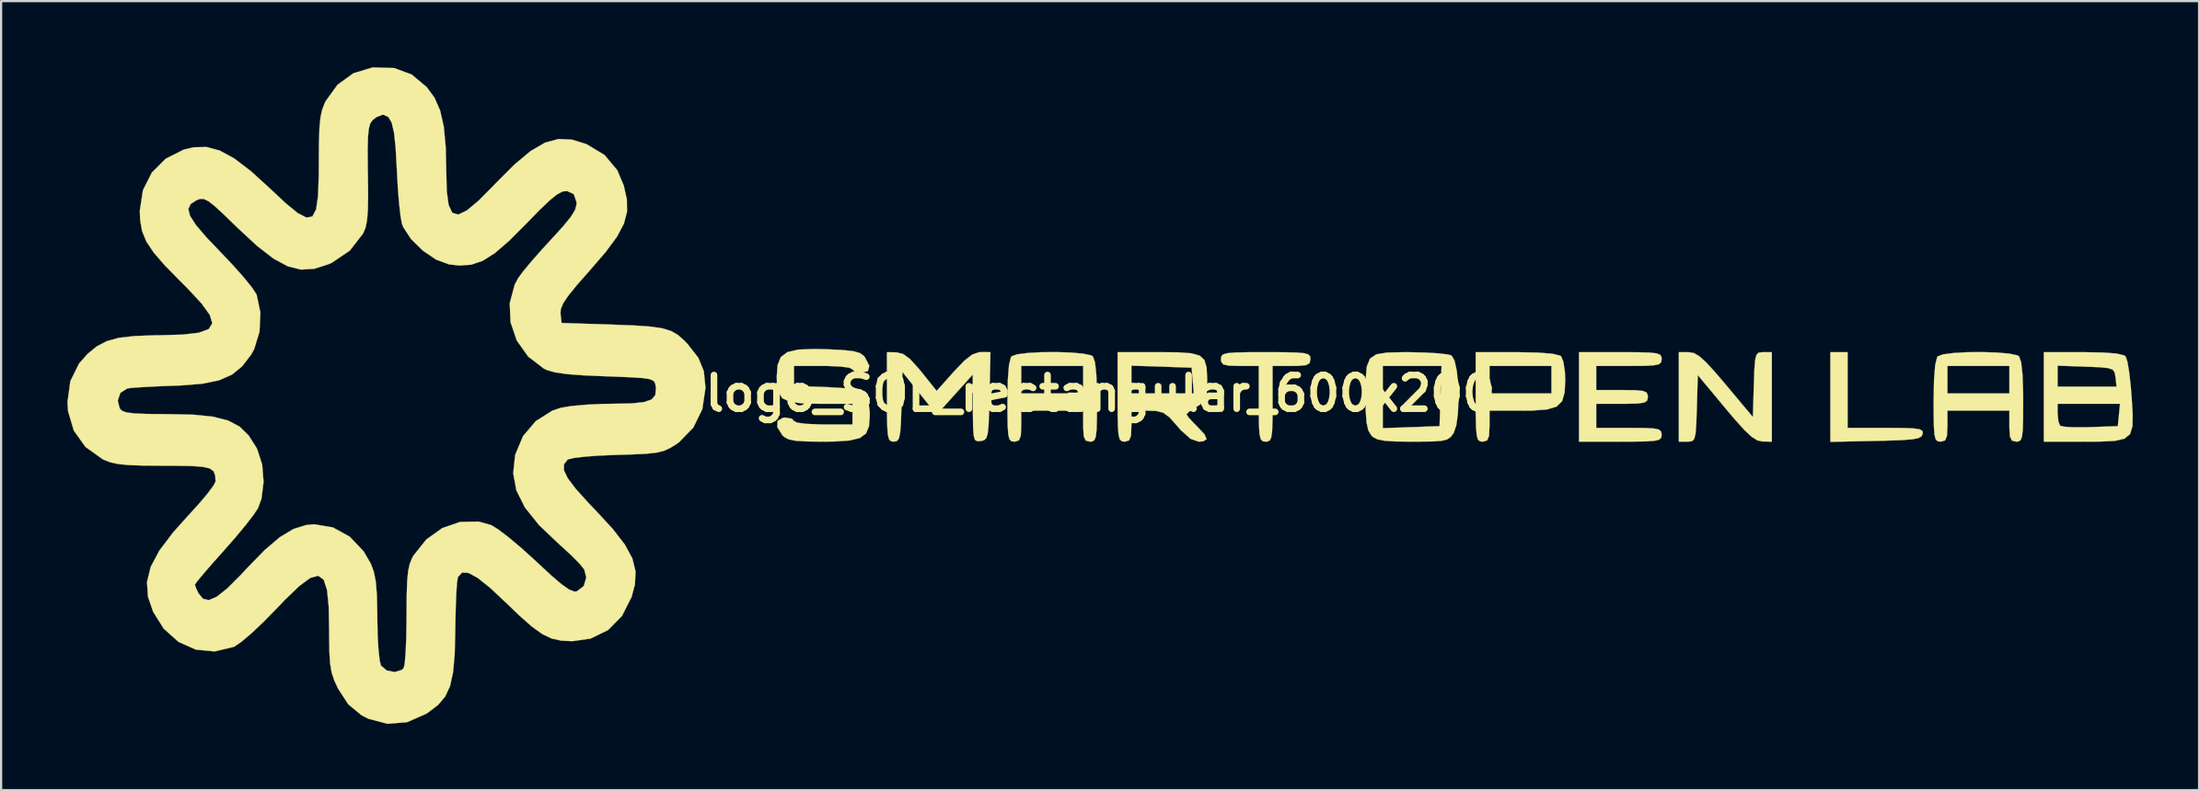
<source format=kicad_pcb>
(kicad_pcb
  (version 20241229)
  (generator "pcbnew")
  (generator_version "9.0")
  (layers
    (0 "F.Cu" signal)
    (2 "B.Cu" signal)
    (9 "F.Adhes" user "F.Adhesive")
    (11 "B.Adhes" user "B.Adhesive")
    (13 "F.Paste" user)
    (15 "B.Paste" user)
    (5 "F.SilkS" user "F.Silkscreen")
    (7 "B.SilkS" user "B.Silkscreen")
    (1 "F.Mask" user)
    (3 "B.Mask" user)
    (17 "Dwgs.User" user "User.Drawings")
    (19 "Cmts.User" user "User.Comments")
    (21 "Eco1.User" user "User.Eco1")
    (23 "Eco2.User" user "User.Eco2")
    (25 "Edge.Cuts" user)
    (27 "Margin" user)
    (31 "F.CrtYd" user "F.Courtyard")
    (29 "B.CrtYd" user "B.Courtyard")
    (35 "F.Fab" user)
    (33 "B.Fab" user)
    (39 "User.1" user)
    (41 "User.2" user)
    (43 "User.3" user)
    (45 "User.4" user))
  (footprint "logo_SOL_rectangular_600x200"
    (layer "F.Cu")
    (at 46.753 14.772)
    (property "Reference" "logo_SOL_rectangular_600x200" (at 0 0 0) (layer "F.SilkS") (effects (font (size 1.524 1.524) (thickness 0.3))))
    (attr through_hole)
    (fp_poly (pts (xy 33.815 1.558) (xy 35.54 1.558) (xy 36.295 1.563) (xy 36.788 1.581) (xy 37.073 1.622) (xy 37.199 1.694) (xy 37.218 1.805) (xy 37.213 1.831) (xy 37.16 1.943) (xy 37.017 2.023) (xy 36.735 2.076) (xy 36.265 2.112) (xy 35.558 2.137) (xy 35.098 2.147) (xy 33.036 2.191) (xy 33.036 -1.87) (xy 33.815 -1.87) (xy 33.815 1.558)) (stroke (width 0.01) (type solid)) (fill yes) (layer "F.SilkS"))
    (fp_poly (pts (xy 26.85 -1.833) (xy 27.093 -1.697) (xy 27.4 -1.424) (xy 27.812 -0.975) (xy 28.301 -0.401) (xy 29.529 1.067) (xy 29.574 -0.401) (xy 29.598 -1.084) (xy 29.631 -1.513) (xy 29.69 -1.749) (xy 29.792 -1.848) (xy 29.955 -1.87) (xy 30.003 -1.87) (xy 30.387 -1.87) (xy 30.387 2.182) (xy 29.958 2.174) (xy 29.735 2.126) (xy 29.478 1.966) (xy 29.148 1.658) (xy 28.702 1.163) (xy 28.283 0.666) (xy 27.036 -0.833) (xy 26.992 0.674) (xy 26.968 1.367) (xy 26.936 1.807) (xy 26.879 2.051) (xy 26.781 2.156) (xy 26.626 2.181) (xy 26.563 2.182) (xy 26.179 2.182) (xy 26.179 -1.87) (xy 26.626 -1.87) (xy 26.85 -1.833)) (stroke (width 0.01) (type solid)) (fill yes) (layer "F.SilkS"))
    (fp_poly (pts (xy 19.791 -1.852) (xy 20.452 -1.8) (xy 20.806 -1.713) (xy 20.85 -1.683) (xy 20.953 -1.432) (xy 21.021 -0.984) (xy 21.037 -0.616) (xy 21.009 -0.041) (xy 20.894 0.351) (xy 20.643 0.595) (xy 20.206 0.725) (xy 19.536 0.774) (xy 19.038 0.779) (xy 17.609 0.779) (xy 17.609 1.48) (xy 17.588 1.919) (xy 17.504 2.126) (xy 17.319 2.181) (xy 17.297 2.182) (xy 17.17 2.164) (xy 17.083 2.08) (xy 17.029 1.878) (xy 16.999 1.509) (xy 16.987 0.924) (xy 16.985 0.156) (xy 16.985 -1.247) (xy 17.609 -1.247) (xy 17.609 0) (xy 20.413 0) (xy 20.413 -1.247) (xy 17.609 -1.247) (xy 16.985 -1.247) (xy 16.985 -1.87) (xy 18.824 -1.87) (xy 19.791 -1.852)) (stroke (width 0.01) (type solid)) (fill yes) (layer "F.SilkS"))
    (fp_poly (pts (xy 8.307 -1.867) (xy 8.872 -1.854) (xy 9.225 -1.823) (xy 9.415 -1.767) (xy 9.492 -1.677) (xy 9.506 -1.558) (xy 9.468 -1.378) (xy 9.307 -1.284) (xy 8.949 -1.25) (xy 8.648 -1.247) (xy 7.791 -1.247) (xy 7.791 0.467) (xy 7.788 1.218) (xy 7.771 1.71) (xy 7.73 1.999) (xy 7.656 2.137) (xy 7.538 2.179) (xy 7.48 2.182) (xy 7.343 2.162) (xy 7.254 2.067) (xy 7.201 1.842) (xy 7.176 1.435) (xy 7.168 0.791) (xy 7.168 0.467) (xy 7.168 -1.247) (xy 6.311 -1.247) (xy 5.816 -1.26) (xy 5.558 -1.319) (xy 5.463 -1.449) (xy 5.454 -1.558) (xy 5.471 -1.686) (xy 5.556 -1.772) (xy 5.758 -1.827) (xy 6.126 -1.856) (xy 6.711 -1.868) (xy 7.48 -1.87) (xy 8.307 -1.867)) (stroke (width 0.01) (type solid)) (fill yes) (layer "F.SilkS"))
    (fp_poly (pts (xy 24.319 -1.867) (xy 24.849 -1.852) (xy 25.17 -1.817) (xy 25.334 -1.752) (xy 25.393 -1.65) (xy 25.4 -1.558) (xy 25.378 -1.413) (xy 25.272 -1.322) (xy 25.025 -1.272) (xy 24.58 -1.251) (xy 23.92 -1.247) (xy 22.439 -1.247) (xy 22.439 -0.156) (xy 23.608 -0.156) (xy 24.206 -0.148) (xy 24.556 -0.115) (xy 24.724 -0.038) (xy 24.775 0.1) (xy 24.777 0.156) (xy 24.749 0.315) (xy 24.623 0.409) (xy 24.335 0.454) (xy 23.818 0.467) (xy 23.608 0.467) (xy 22.439 0.467) (xy 22.439 1.558) (xy 23.92 1.558) (xy 24.608 1.563) (xy 25.042 1.585) (xy 25.28 1.637) (xy 25.38 1.731) (xy 25.4 1.87) (xy 25.382 2.001) (xy 25.292 2.09) (xy 25.08 2.143) (xy 24.693 2.171) (xy 24.081 2.18) (xy 23.53 2.182) (xy 21.66 2.182) (xy 21.66 -1.87) (xy 23.53 -1.87) (xy 24.319 -1.867)) (stroke (width 0.01) (type solid)) (fill yes) (layer "F.SilkS"))
    (fp_poly (pts (xy 13.991 -1.868) (xy 14.701 -1.853) (xy 15.308 -1.817) (xy 15.737 -1.764) (xy 15.894 -1.718) (xy 16.031 -1.479) (xy 16.129 -1.015) (xy 16.188 -0.407) (xy 16.205 0.261) (xy 16.179 0.906) (xy 16.106 1.445) (xy 15.986 1.793) (xy 15.984 1.796) (xy 15.854 1.97) (xy 15.692 2.081) (xy 15.435 2.145) (xy 15.016 2.174) (xy 14.37 2.181) (xy 14.123 2.182) (xy 13.37 2.174) (xy 12.865 2.143) (xy 12.543 2.08) (xy 12.34 1.975) (xy 12.257 1.897) (xy 12.126 1.676) (xy 12.046 1.324) (xy 12.007 0.775) (xy 11.999 0.172) (xy 12.005 -0.657) (xy 12.056 -1.225) (xy 12.065 -1.247) (xy 12.778 -1.247) (xy 12.778 1.571) (xy 15.349 1.48) (xy 15.394 0.117) (xy 15.439 -1.247) (xy 12.778 -1.247) (xy 12.065 -1.247) (xy 12.201 -1.58) (xy 12.488 -1.773) (xy 12.965 -1.852) (xy 13.681 -1.868) (xy 13.991 -1.868)) (stroke (width 0.01) (type solid)) (fill yes) (layer "F.SilkS"))
    (fp_poly (pts (xy 45.369 -1.855) (xy 45.979 -1.809) (xy 46.322 -1.729) (xy 46.402 -1.675) (xy 46.477 -1.446) (xy 46.557 -0.98) (xy 46.629 -0.351) (xy 46.672 0.18) (xy 46.718 0.942) (xy 46.709 1.481) (xy 46.601 1.836) (xy 46.351 2.045) (xy 45.915 2.146) (xy 45.25 2.179) (xy 44.421 2.182) (xy 42.697 2.182) (xy 42.697 0.467) (xy 43.32 0.467) (xy 43.32 0.909) (xy 43.356 1.268) (xy 43.43 1.46) (xy 43.627 1.506) (xy 44.053 1.531) (xy 44.627 1.53) (xy 44.793 1.525) (xy 46.047 1.48) (xy 46.145 0.467) (xy 43.32 0.467) (xy 42.697 0.467) (xy 42.697 -0.312) (xy 43.32 -0.312) (xy 45.99 -0.312) (xy 45.941 -0.74) (xy 45.905 -0.951) (xy 45.813 -1.08) (xy 45.6 -1.152) (xy 45.201 -1.19) (xy 44.606 -1.214) (xy 43.32 -1.259) (xy 43.32 -0.312) (xy 42.697 -0.312) (xy 42.697 -1.87) (xy 44.47 -1.87) (xy 45.369 -1.855)) (stroke (width 0.01) (type solid)) (fill yes) (layer "F.SilkS"))
    (fp_poly (pts (xy -4.977 -1.87) (xy -5.021 0.117) (xy -5.041 0.934) (xy -5.066 1.492) (xy -5.106 1.841) (xy -5.172 2.033) (xy -5.271 2.12) (xy -5.415 2.153) (xy -5.575 2.163) (xy -5.678 2.1) (xy -5.735 1.908) (xy -5.762 1.533) (xy -5.771 0.919) (xy -5.772 0.673) (xy -5.778 -0.857) (xy -6.595 0.051) (xy -7.411 0.96) (xy -8.186 -0.007) (xy -8.96 -0.973) (xy -9.005 0.604) (xy -9.029 1.32) (xy -9.064 1.78) (xy -9.12 2.039) (xy -9.211 2.155) (xy -9.348 2.182) (xy -9.355 2.182) (xy -9.48 2.163) (xy -9.566 2.075) (xy -9.619 1.868) (xy -9.648 1.491) (xy -9.659 0.897) (xy -9.661 0.156) (xy -9.661 -1.87) (xy -9.233 -1.863) (xy -8.936 -1.792) (xy -8.616 -1.559) (xy -8.213 -1.115) (xy -8.108 -0.986) (xy -7.412 -0.116) (xy -6.628 -0.995) (xy -6.157 -1.487) (xy -5.8 -1.763) (xy -5.496 -1.868) (xy -5.41 -1.872) (xy -4.977 -1.87)) (stroke (width 0.01) (type solid)) (fill yes) (layer "F.SilkS"))
    (fp_poly (pts (xy -1.352 -1.854) (xy -0.798 -1.806) (xy -0.43 -1.731) (xy -0.343 -1.683) (xy -0.246 -1.415) (xy -0.184 -0.839) (xy -0.157 0.043) (xy -0.156 0.343) (xy -0.159 1.124) (xy -0.174 1.647) (xy -0.211 1.961) (xy -0.277 2.12) (xy -0.382 2.176) (xy -0.467 2.182) (xy -0.662 2.136) (xy -0.754 1.945) (xy -0.779 1.531) (xy -0.779 1.48) (xy -0.779 0.779) (xy -3.584 0.779) (xy -3.584 1.48) (xy -3.604 1.919) (xy -3.689 2.126) (xy -3.873 2.181) (xy -3.896 2.182) (xy -4.028 2.163) (xy -4.117 2.072) (xy -4.17 1.858) (xy -4.197 1.467) (xy -4.206 0.849) (xy -4.207 0.343) (xy -4.19 -0.624) (xy -4.141 -1.247) (xy -3.584 -1.247) (xy -3.584 0) (xy -0.779 0) (xy -0.779 -1.247) (xy -3.584 -1.247) (xy -4.141 -1.247) (xy -4.138 -1.285) (xy -4.051 -1.639) (xy -4.02 -1.683) (xy -3.776 -1.772) (xy -3.305 -1.833) (xy -2.688 -1.868) (xy -2.01 -1.874) (xy -1.352 -1.854)) (stroke (width 0.01) (type solid)) (fill yes) (layer "F.SilkS"))
    (fp_poly (pts (xy 40.566 -1.854) (xy 41.12 -1.806) (xy 41.487 -1.731) (xy 41.575 -1.683) (xy 41.671 -1.415) (xy 41.733 -0.839) (xy 41.761 0.043) (xy 41.762 0.343) (xy 41.759 1.124) (xy 41.743 1.647) (xy 41.707 1.961) (xy 41.641 2.12) (xy 41.536 2.176) (xy 41.45 2.182) (xy 41.256 2.136) (xy 41.163 1.945) (xy 41.139 1.531) (xy 41.139 1.48) (xy 41.139 0.779) (xy 38.334 0.779) (xy 38.334 1.48) (xy 38.313 1.919) (xy 38.229 2.126) (xy 38.044 2.181) (xy 38.022 2.182) (xy 37.89 2.163) (xy 37.801 2.072) (xy 37.748 1.858) (xy 37.721 1.467) (xy 37.711 0.849) (xy 37.71 0.343) (xy 37.728 -0.624) (xy 37.777 -1.247) (xy 38.334 -1.247) (xy 38.334 0) (xy 41.139 0) (xy 41.139 -1.247) (xy 38.334 -1.247) (xy 37.777 -1.247) (xy 37.78 -1.285) (xy 37.867 -1.639) (xy 37.897 -1.683) (xy 38.141 -1.772) (xy 38.613 -1.833) (xy 39.23 -1.868) (xy 39.908 -1.874) (xy 40.566 -1.854)) (stroke (width 0.01) (type solid)) (fill yes) (layer "F.SilkS"))
    (fp_poly (pts (xy 3.507 -1.863) (xy 4.107 -1.821) (xy 4.491 -1.715) (xy 4.708 -1.512) (xy 4.805 -1.182) (xy 4.83 -0.696) (xy 4.831 -0.47) (xy 4.812 0.017) (xy 4.722 0.304) (xy 4.515 0.501) (xy 4.364 0.592) (xy 4.051 0.792) (xy 3.899 0.934) (xy 3.897 0.945) (xy 3.998 1.097) (xy 4.254 1.373) (xy 4.363 1.48) (xy 4.71 1.85) (xy 4.806 2.069) (xy 4.654 2.168) (xy 4.449 2.182) (xy 4.081 2.055) (xy 3.639 1.662) (xy 3.481 1.48) (xy 3.126 1.081) (xy 2.843 0.872) (xy 2.519 0.791) (xy 2.149 0.779) (xy 1.402 0.779) (xy 1.402 1.48) (xy 1.382 1.919) (xy 1.297 2.126) (xy 1.113 2.181) (xy 1.091 2.182) (xy 0.964 2.164) (xy 0.877 2.08) (xy 0.822 1.878) (xy 0.793 1.509) (xy 0.781 0.924) (xy 0.779 0.156) (xy 0.779 0) (xy 1.402 0) (xy 4.226 0) (xy 4.178 -0.584) (xy 4.129 -1.169) (xy 1.402 -1.259) (xy 1.402 0) (xy 0.779 0) (xy 0.779 -1.87) (xy 2.644 -1.87) (xy 3.507 -1.863)) (stroke (width 0.01) (type solid)) (fill yes) (layer "F.SilkS"))
    (fp_poly (pts (xy -12.38 -2.002) (xy -11.659 -1.967) (xy -11.184 -1.915) (xy -10.891 -1.833) (xy -10.713 -1.708) (xy -10.662 -1.645) (xy -10.46 -1.256) (xy -10.523 -1.015) (xy -10.83 -0.935) (xy -11.123 -0.988) (xy -11.22 -1.091) (xy -11.366 -1.167) (xy -11.769 -1.22) (xy -12.373 -1.246) (xy -12.544 -1.247) (xy -13.869 -1.247) (xy -13.869 -0.342) (xy -12.376 -0.288) (xy -11.565 -0.239) (xy -11.016 -0.139) (xy -10.679 0.046) (xy -10.505 0.349) (xy -10.444 0.802) (xy -10.44 1.019) (xy -10.475 1.488) (xy -10.61 1.813) (xy -10.892 2.019) (xy -11.367 2.132) (xy -12.081 2.177) (xy -12.571 2.182) (xy -13.313 2.173) (xy -13.808 2.141) (xy -14.123 2.074) (xy -14.321 1.963) (xy -14.39 1.897) (xy -14.623 1.524) (xy -14.609 1.239) (xy -14.356 1.097) (xy -14.258 1.091) (xy -13.965 1.144) (xy -13.869 1.247) (xy -13.722 1.323) (xy -13.319 1.376) (xy -12.715 1.401) (xy -12.544 1.402) (xy -11.22 1.402) (xy -11.22 0.467) (xy -12.689 0.467) (xy -13.503 0.45) (xy -14.056 0.376) (xy -14.397 0.215) (xy -14.576 -0.066) (xy -14.642 -0.498) (xy -14.648 -0.787) (xy -14.609 -1.295) (xy -14.465 -1.649) (xy -14.171 -1.871) (xy -13.683 -1.986) (xy -12.958 -2.015) (xy -12.38 -2.002)) (stroke (width 0.01) (type solid)) (fill yes) (layer "F.SilkS"))
    (fp_poly (pts (xy -31.959 -14.739) (xy -31.172 -14.447) (xy -30.492 -13.878) (xy -30.136 -13.394) (xy -29.883 -12.814) (xy -29.718 -12.084) (xy -29.631 -11.151) (xy -29.607 -10.074) (xy -29.584 -9.165) (xy -29.499 -8.537) (xy -29.334 -8.184) (xy -29.066 -8.103) (xy -28.676 -8.288) (xy -28.143 -8.734) (xy -27.447 -9.436) (xy -27.369 -9.519) (xy -26.516 -10.374) (xy -25.786 -10.982) (xy -25.137 -11.36) (xy -24.527 -11.526) (xy -23.915 -11.497) (xy -23.26 -11.293) (xy -23.252 -11.289) (xy -22.441 -10.801) (xy -21.865 -10.11) (xy -21.57 -9.409) (xy -21.433 -8.79) (xy -21.425 -8.234) (xy -21.567 -7.688) (xy -21.881 -7.098) (xy -22.389 -6.411) (xy -23.094 -5.591) (xy -23.68 -4.926) (xy -24.077 -4.438) (xy -24.315 -4.084) (xy -24.424 -3.82) (xy -24.436 -3.618) (xy -24.387 -3.194) (xy -22.05 -3.117) (xy -21.07 -3.078) (xy -20.345 -3.027) (xy -19.817 -2.949) (xy -19.427 -2.828) (xy -19.12 -2.65) (xy -18.838 -2.4) (xy -18.679 -2.234) (xy -18.201 -1.621) (xy -17.951 -1.012) (xy -17.876 -0.275) (xy -17.876 -0.24) (xy -18.018 0.711) (xy -18.426 1.547) (xy -19.071 2.21) (xy -19.197 2.298) (xy -19.483 2.475) (xy -19.756 2.598) (xy -20.083 2.678) (xy -20.533 2.728) (xy -21.173 2.76) (xy -21.882 2.781) (xy -22.66 2.813) (xy -23.332 2.862) (xy -23.833 2.922) (xy -24.099 2.985) (xy -24.114 2.995) (xy -24.277 3.205) (xy -24.282 3.474) (xy -24.112 3.832) (xy -23.75 4.314) (xy -23.177 4.95) (xy -22.842 5.3) (xy -22.065 6.143) (xy -21.519 6.851) (xy -21.184 7.471) (xy -21.04 8.052) (xy -21.067 8.642) (xy -21.216 9.21) (xy -21.653 10.077) (xy -22.282 10.715) (xy -23.074 11.103) (xy -23.903 11.22) (xy -24.404 11.195) (xy -24.838 11.099) (xy -25.261 10.897) (xy -25.733 10.558) (xy -26.31 10.047) (xy -26.879 9.499) (xy -27.616 8.808) (xy -28.183 8.354) (xy -28.601 8.126) (xy -28.89 8.112) (xy -29.07 8.304) (xy -29.086 8.343) (xy -29.121 8.581) (xy -29.153 9.066) (xy -29.179 9.732) (xy -29.196 10.515) (xy -29.198 10.719) (xy -29.225 11.802) (xy -29.298 12.627) (xy -29.434 13.25) (xy -29.653 13.724) (xy -29.973 14.104) (xy -30.413 14.442) (xy -30.523 14.513) (xy -31.379 14.888) (xy -32.263 14.962) (xy -33.134 14.733) (xy -33.451 14.568) (xy -34.042 14.077) (xy -34.502 13.37) (xy -34.678 12.99) (xy -34.794 12.637) (xy -34.862 12.23) (xy -34.895 11.69) (xy -34.905 10.938) (xy -34.906 10.711) (xy -34.926 9.653) (xy -35.002 8.896) (xy -35.154 8.433) (xy -35.401 8.256) (xy -35.764 8.356) (xy -36.263 8.726) (xy -36.918 9.357) (xy -37.304 9.762) (xy -37.875 10.346) (xy -38.42 10.86) (xy -38.88 11.25) (xy -39.196 11.465) (xy -39.22 11.476) (xy -40.088 11.684) (xy -40.938 11.603) (xy -41.722 11.253) (xy -42.391 10.655) (xy -42.869 9.895) (xy -43.107 9.205) (xy -43.15 8.538) (xy -42.983 7.855) (xy -42.591 7.117) (xy -41.96 6.283) (xy -41.313 5.561) (xy -40.817 5.016) (xy -40.412 4.537) (xy -40.142 4.176) (xy -40.048 3.992) (xy -40.062 3.716) (xy -40.135 3.522) (xy -40.313 3.395) (xy -40.643 3.32) (xy -41.169 3.284) (xy -41.94 3.273) (xy -42.408 3.272) (xy -43.323 3.266) (xy -43.988 3.242) (xy -44.467 3.194) (xy -44.821 3.116) (xy -45.112 3) (xy -45.157 2.977) (xy -45.934 2.421) (xy -46.461 1.686) (xy -46.723 0.802) (xy -46.748 0.392) (xy -46.74 0.328) (xy -44.474 0.328) (xy -44.383 0.679) (xy -44.28 0.786) (xy -44.079 0.859) (xy -43.728 0.904) (xy -43.177 0.927) (xy -42.373 0.935) (xy -42.217 0.935) (xy -41.061 0.961) (xy -40.166 1.051) (xy -39.481 1.226) (xy -38.958 1.502) (xy -38.55 1.901) (xy -38.206 2.441) (xy -38.161 2.526) (xy -37.939 3.214) (xy -37.875 4.008) (xy -37.97 4.768) (xy -38.124 5.189) (xy -38.328 5.499) (xy -38.694 5.972) (xy -39.167 6.542) (xy -39.682 7.129) (xy -40.177 7.684) (xy -40.586 8.155) (xy -40.867 8.494) (xy -40.982 8.655) (xy -40.983 8.658) (xy -40.917 8.852) (xy -40.822 9.048) (xy -40.615 9.301) (xy -40.347 9.358) (xy -39.992 9.206) (xy -39.521 8.832) (xy -38.909 8.222) (xy -38.633 7.924) (xy -37.828 7.096) (xy -37.139 6.51) (xy -36.523 6.139) (xy -35.939 5.956) (xy -35.578 5.925) (xy -34.733 6.068) (xy -33.973 6.488) (xy -33.343 7.153) (xy -33.019 7.713) (xy -32.885 8.075) (xy -32.797 8.514) (xy -32.748 9.102) (xy -32.729 9.91) (xy -32.727 10.178) (xy -32.713 10.931) (xy -32.676 11.59) (xy -32.622 12.081) (xy -32.563 12.321) (xy -32.302 12.547) (xy -31.936 12.618) (xy -31.612 12.518) (xy -31.528 12.427) (xy -31.483 12.207) (xy -31.445 11.738) (xy -31.417 11.083) (xy -31.403 10.303) (xy -31.402 10.051) (xy -31.396 9.153) (xy -31.375 8.505) (xy -31.331 8.047) (xy -31.259 7.718) (xy -31.151 7.455) (xy -31.088 7.34) (xy -30.507 6.611) (xy -29.784 6.095) (xy -28.976 5.818) (xy -28.145 5.802) (xy -27.577 5.96) (xy -27.261 6.153) (xy -26.784 6.515) (xy -26.21 6.998) (xy -25.598 7.551) (xy -25.521 7.625) (xy -24.862 8.236) (xy -24.381 8.647) (xy -24.041 8.884) (xy -23.808 8.973) (xy -23.698 8.964) (xy -23.381 8.722) (xy -23.268 8.331) (xy -23.36 7.973) (xy -23.55 7.734) (xy -23.91 7.366) (xy -24.37 6.94) (xy -24.487 6.837) (xy -25.406 5.963) (xy -26.05 5.158) (xy -26.433 4.388) (xy -26.575 3.618) (xy -26.492 2.812) (xy -26.481 2.766) (xy -26.133 1.934) (xy -25.554 1.251) (xy -24.804 0.778) (xy -24.421 0.648) (xy -23.951 0.57) (xy -23.279 0.509) (xy -22.512 0.473) (xy -22.078 0.467) (xy -21.236 0.452) (xy -20.661 0.392) (xy -20.312 0.272) (xy -20.144 0.072) (xy -20.116 -0.224) (xy -20.129 -0.342) (xy -20.16 -0.482) (xy -20.239 -0.582) (xy -20.413 -0.652) (xy -20.733 -0.699) (xy -21.245 -0.733) (xy -21.997 -0.764) (xy -22.439 -0.78) (xy -23.429 -0.823) (xy -24.157 -0.879) (xy -24.676 -0.955) (xy -25.036 -1.055) (xy -25.187 -1.125) (xy -25.904 -1.677) (xy -26.414 -2.399) (xy -26.696 -3.225) (xy -26.734 -4.09) (xy -26.508 -4.929) (xy -26.346 -5.233) (xy -26.124 -5.533) (xy -25.744 -5.99) (xy -25.264 -6.534) (xy -24.864 -6.97) (xy -24.323 -7.564) (xy -23.973 -7.992) (xy -23.78 -8.305) (xy -23.711 -8.554) (xy -23.714 -8.684) (xy -23.836 -9.031) (xy -24.139 -9.169) (xy -24.142 -9.169) (xy -24.339 -9.15) (xy -24.586 -9.021) (xy -24.923 -8.749) (xy -25.388 -8.305) (xy -26.012 -7.665) (xy -26.778 -6.899) (xy -27.409 -6.356) (xy -27.959 -6.009) (xy -28.479 -5.832) (xy -29.021 -5.796) (xy -29.492 -5.85) (xy -30.071 -6.066) (xy -30.674 -6.477) (xy -31.202 -6.997) (xy -31.556 -7.541) (xy -31.611 -7.687) (xy -31.675 -8.031) (xy -31.74 -8.608) (xy -31.798 -9.338) (xy -31.843 -10.142) (xy -31.844 -10.18) (xy -31.897 -11.133) (xy -31.97 -11.814) (xy -32.075 -12.262) (xy -32.221 -12.517) (xy -32.42 -12.616) (xy -32.498 -12.622) (xy -32.765 -12.52) (xy -32.947 -12.376) (xy -33.047 -12.229) (xy -33.113 -11.986) (xy -33.151 -11.596) (xy -33.164 -11.01) (xy -33.158 -10.176) (xy -33.153 -9.922) (xy -33.143 -8.996) (xy -33.154 -8.325) (xy -33.191 -7.85) (xy -33.258 -7.516) (xy -33.361 -7.265) (xy -33.371 -7.246) (xy -33.97 -6.472) (xy -34.786 -5.92) (xy -34.942 -5.851) (xy -35.581 -5.647) (xy -36.179 -5.611) (xy -36.78 -5.76) (xy -37.428 -6.111) (xy -38.167 -6.683) (xy -39.039 -7.492) (xy -39.055 -7.507) (xy -39.653 -8.088) (xy -40.076 -8.479) (xy -40.37 -8.709) (xy -40.58 -8.81) (xy -40.751 -8.811) (xy -40.902 -8.756) (xy -41.176 -8.58) (xy -41.281 -8.353) (xy -41.203 -8.044) (xy -40.93 -7.622) (xy -40.445 -7.056) (xy -39.824 -6.406) (xy -39.263 -5.814) (xy -38.773 -5.262) (xy -38.404 -4.806) (xy -38.202 -4.502) (xy -38.188 -4.47) (xy -38.018 -3.662) (xy -38.059 -2.798) (xy -38.299 -2.009) (xy -38.437 -1.76) (xy -38.842 -1.232) (xy -39.306 -0.852) (xy -39.888 -0.596) (xy -40.646 -0.441) (xy -41.639 -0.362) (xy -41.915 -0.352) (xy -42.663 -0.324) (xy -43.321 -0.29) (xy -43.812 -0.256) (xy -44.042 -0.228) (xy -44.356 -0.029) (xy -44.474 0.328) (xy -46.74 0.328) (xy -46.62 -0.557) (xy -46.224 -1.358) (xy -45.836 -1.796) (xy -45.423 -2.133) (xy -44.973 -2.369) (xy -44.422 -2.52) (xy -43.702 -2.603) (xy -42.749 -2.636) (xy -42.57 -2.637) (xy -41.536 -2.666) (xy -40.802 -2.752) (xy -40.357 -2.916) (xy -40.195 -3.178) (xy -40.308 -3.559) (xy -40.686 -4.082) (xy -41.321 -4.767) (xy -41.623 -5.068) (xy -42.337 -5.795) (xy -42.846 -6.382) (xy -43.18 -6.884) (xy -43.374 -7.36) (xy -43.461 -7.867) (xy -43.476 -8.279) (xy -43.333 -9.209) (xy -42.929 -10.009) (xy -42.3 -10.636) (xy -41.486 -11.045) (xy -41.036 -11.151) (xy -40.457 -11.164) (xy -39.859 -11.003) (xy -39.204 -10.647) (xy -38.451 -10.073) (xy -37.584 -9.284) (xy -36.87 -8.613) (xy -36.327 -8.17) (xy -35.934 -7.967) (xy -35.665 -8.016) (xy -35.499 -8.331) (xy -35.411 -8.925) (xy -35.377 -9.809) (xy -35.373 -10.478) (xy -35.367 -11.382) (xy -35.344 -12.038) (xy -35.297 -12.51) (xy -35.219 -12.863) (xy -35.103 -13.161) (xy -35.063 -13.243) (xy -34.525 -13.985) (xy -33.808 -14.504) (xy -32.966 -14.759) (xy -32.891 -14.767) (xy -31.959 -14.739)) (stroke (width 0.01) (type solid)) (fill yes) (layer "F.SilkS")))
  (gr_rect
    (start -3 -3)
    (end 96.477 32.739)
    (stroke (width 0.1) (type default))
    (fill no)
    (layer "Edge.Cuts")))
</source>
